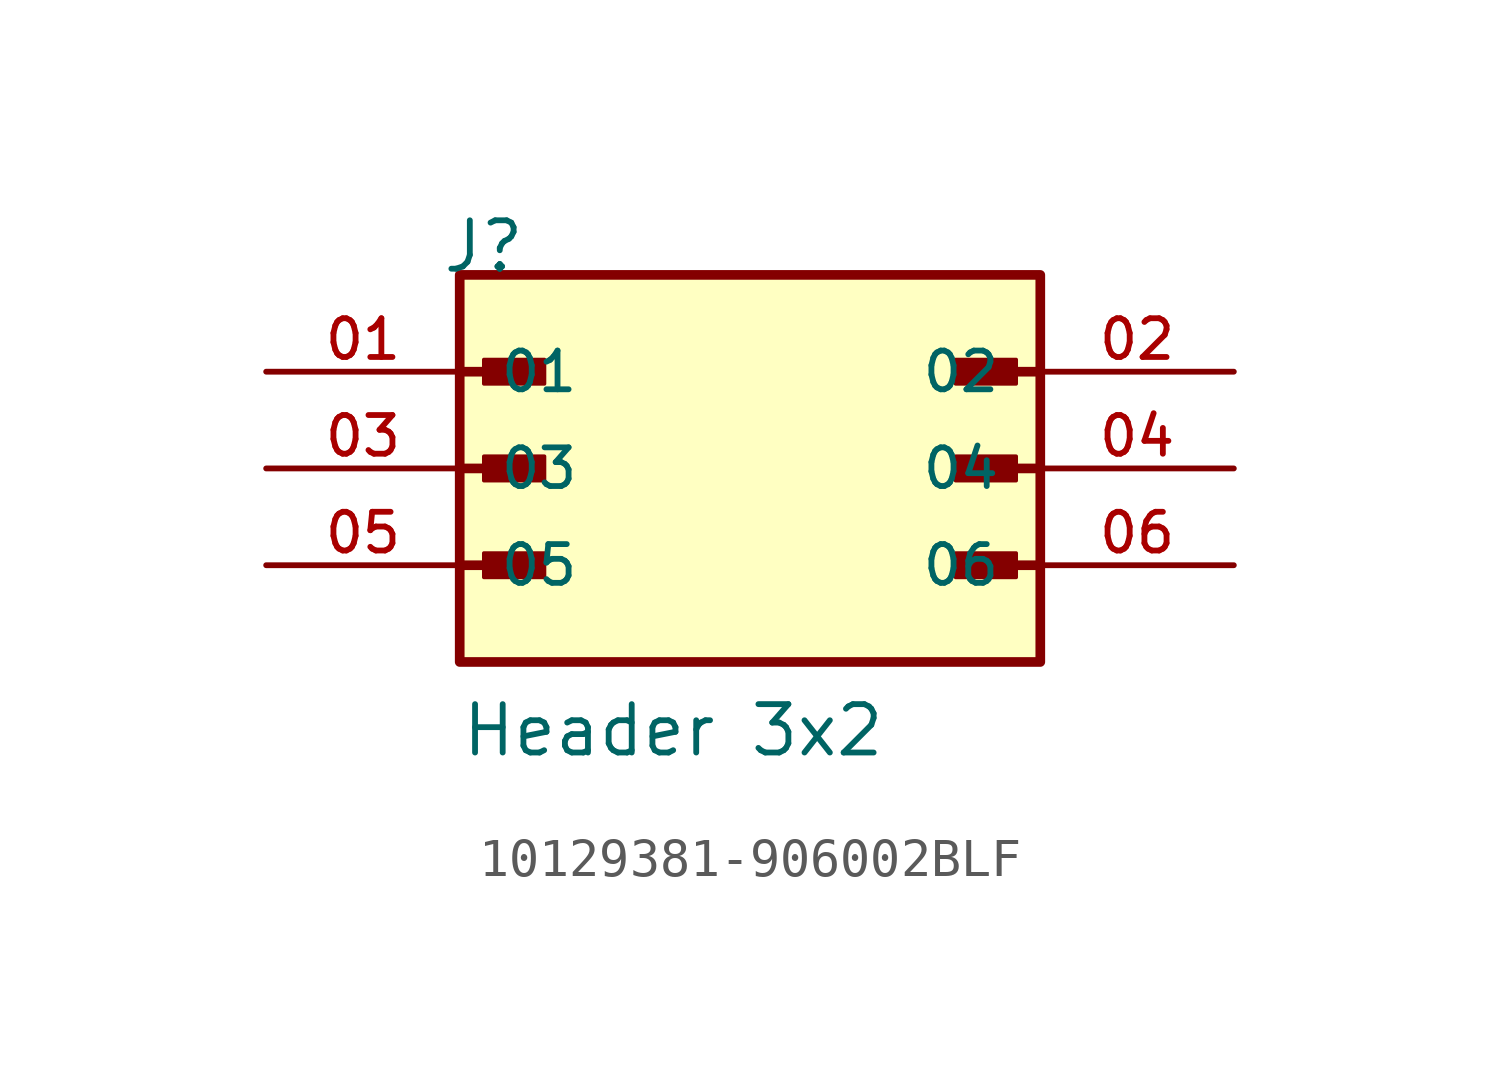
<source format=kicad_sym>
(kicad_symbol_lib
  (version 20211014)
  (generator kicad_symbol_editor)
  (symbol "10129381-906002BLF"
    (pin_names
      (offset 1.016))
    (property "Reference" "J"
      (at -8.12 5.08 0)
      (effects (font (size 1.27 1.27)) (justify bottom left)))
    (property "Value" "Header 3x2"
      (at -7.62 -7.62 0)
      (effects (font (size 1.27 1.27)) (justify bottom left)))
    (symbol "10129381-906002BLF_0_0"
      (polyline (pts (xy -7.62 2.54) (xy -5.715 2.54)) (stroke (width 0.254)))
      (rectangle (start -6.985 2.223) (end -5.397 2.857) (stroke (width 0.1)) (fill (type outline)))
      (polyline (pts (xy 7.62 2.54) (xy 5.715 2.54)) (stroke (width 0.254)))
      (rectangle (start 6.985 2.223) (end 5.397 2.857) (stroke (width 0.1)) (fill (type outline)))
      (polyline (pts (xy -7.62 0.0) (xy -5.715 0.0)) (stroke (width 0.254)))
      (rectangle (start -6.985 -0.318) (end -5.397 0.318) (stroke (width 0.1)) (fill (type outline)))
      (polyline (pts (xy 7.62 0.0) (xy 5.715 0.0)) (stroke (width 0.254)))
      (rectangle (start 6.985 -0.318) (end 5.397 0.318) (stroke (width 0.1)) (fill (type outline)))
      (polyline (pts (xy -7.62 -2.54) (xy -5.715 -2.54)) (stroke (width 0.254)))
      (rectangle (start -6.985 -2.857) (end -5.397 -2.223) (stroke (width 0.1)) (fill (type outline)))
      (polyline (pts (xy 7.62 -2.54) (xy 5.715 -2.54)) (stroke (width 0.254)))
      (rectangle (start 6.985 -2.857) (end 5.397 -2.223) (stroke (width 0.1)) (fill (type outline)))
      (rectangle (start -7.62 -5.08) (end 7.62 5.08) (stroke (width 0.254)) (fill (type background)))
      (pin passive line (at -12.7 2.54 0) (length 5.08) (name "01" (effects (font (size 1.016 1.016)))) (number "01" (effects (font (size 1.016 1.016)))))
      (pin passive line (at 12.7 2.54 180.0) (length 5.08) (name "02" (effects (font (size 1.016 1.016)))) (number "02" (effects (font (size 1.016 1.016)))))
      (pin passive line (at -12.7 0.0 0) (length 5.08) (name "03" (effects (font (size 1.016 1.016)))) (number "03" (effects (font (size 1.016 1.016)))))
      (pin passive line (at 12.7 0.0 180.0) (length 5.08) (name "04" (effects (font (size 1.016 1.016)))) (number "04" (effects (font (size 1.016 1.016)))))
      (pin passive line (at -12.7 -2.54 0) (length 5.08) (name "05" (effects (font (size 1.016 1.016)))) (number "05" (effects (font (size 1.016 1.016)))))
      (pin passive line (at 12.7 -2.54 180.0) (length 5.08) (name "06" (effects (font (size 1.016 1.016)))) (number "06" (effects (font (size 1.016 1.016))))))))
</source>
